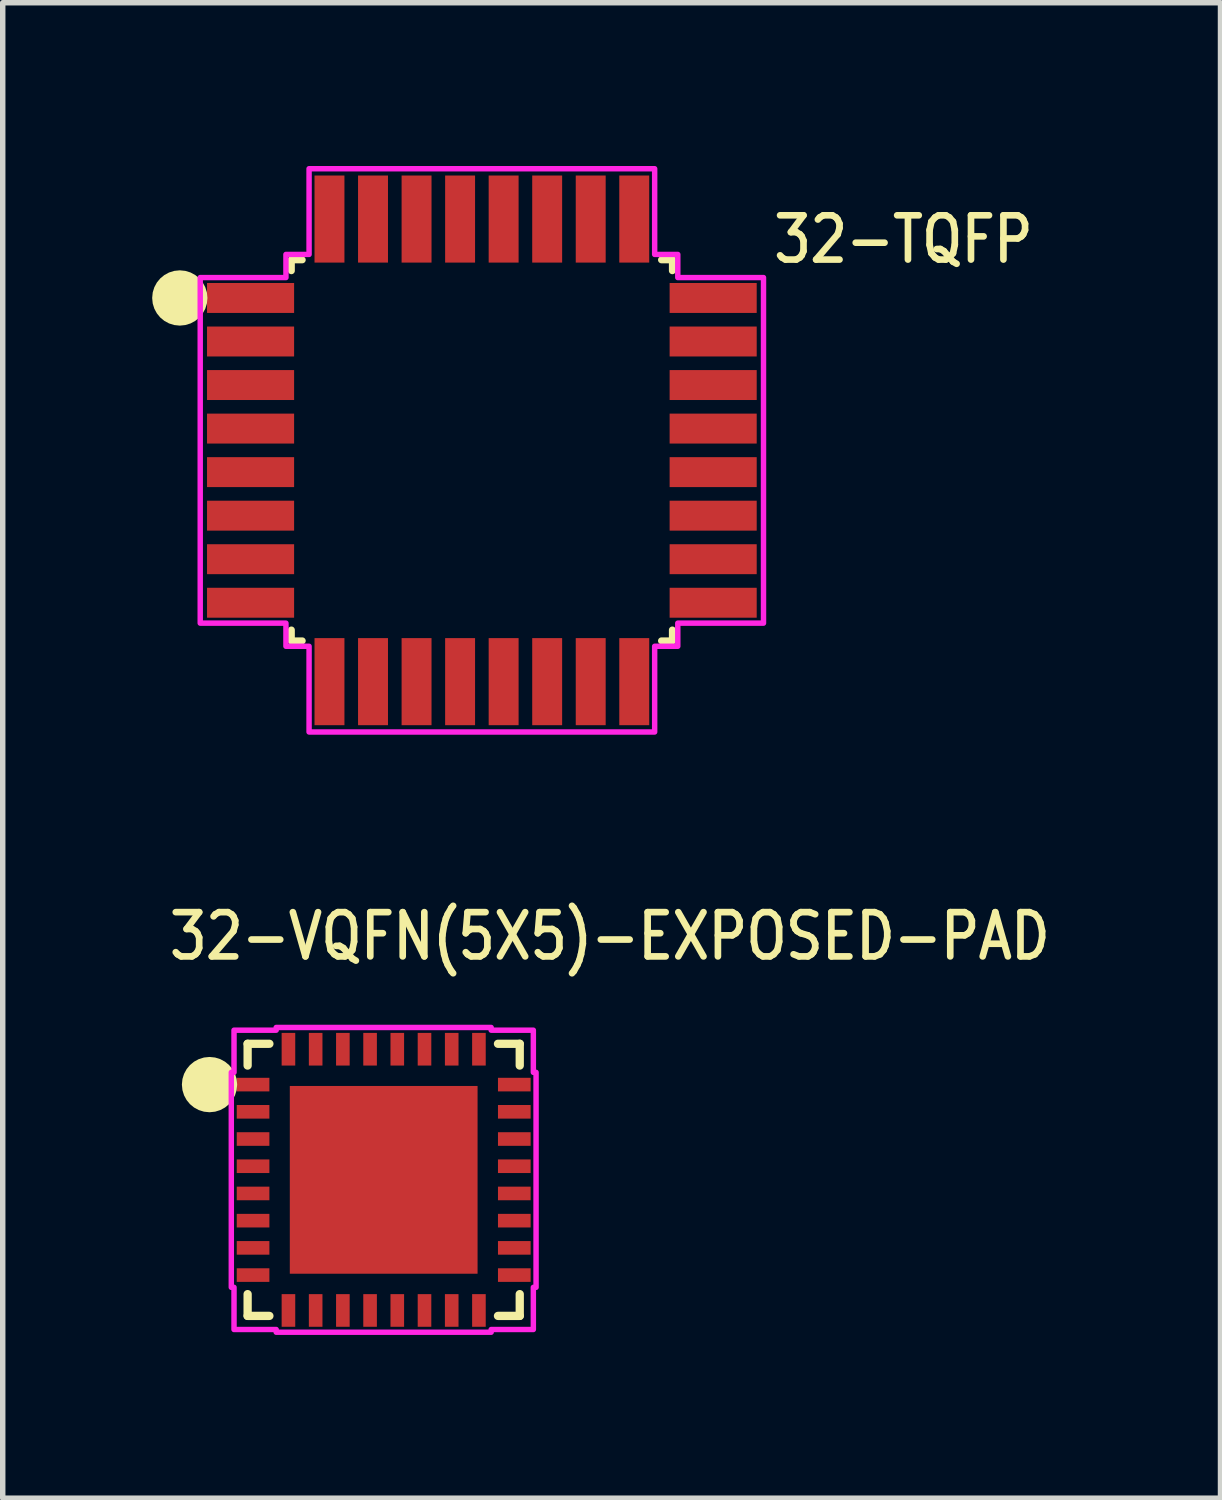
<source format=kicad_pcb>
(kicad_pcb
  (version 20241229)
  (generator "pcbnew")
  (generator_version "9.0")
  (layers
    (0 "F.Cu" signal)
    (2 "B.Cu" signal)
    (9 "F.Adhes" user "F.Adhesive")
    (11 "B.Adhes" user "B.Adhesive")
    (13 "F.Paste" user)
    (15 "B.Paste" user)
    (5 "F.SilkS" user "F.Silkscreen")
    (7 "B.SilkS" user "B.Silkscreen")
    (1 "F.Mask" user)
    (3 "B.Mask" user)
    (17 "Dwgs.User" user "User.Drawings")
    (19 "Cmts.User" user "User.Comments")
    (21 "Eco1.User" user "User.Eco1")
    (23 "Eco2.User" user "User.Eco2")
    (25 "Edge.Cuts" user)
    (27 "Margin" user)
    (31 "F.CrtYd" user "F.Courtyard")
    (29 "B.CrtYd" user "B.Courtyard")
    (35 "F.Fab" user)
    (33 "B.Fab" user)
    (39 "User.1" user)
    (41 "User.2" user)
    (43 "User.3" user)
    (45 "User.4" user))
  (footprint "32-VQFN(5X5)-EXPOSED-PAD"
    (layer "F.Cu")
    (at 4 18.629)
    (property "Reference" "32-VQFN(5X5)-EXPOSED-PAD" (at -4 -4 0) (unlocked yes) (layer "F.SilkS") (effects (font (size 0.813 0.695) (thickness 0.122)) (justify left bottom)))
    (fp_line (start -2.5 -2.5) (end -2.1 -2.5) (stroke (width 0.152) (type solid)) (layer "F.SilkS"))
    (fp_line (start -2.5 -2.1) (end -2.5 -2.5) (stroke (width 0.152) (type solid)) (layer "F.SilkS"))
    (fp_line (start -2.5 2.5) (end -2.5 2.1) (stroke (width 0.152) (type solid)) (layer "F.SilkS"))
    (fp_line (start -2.1 2.5) (end -2.5 2.5) (stroke (width 0.152) (type solid)) (layer "F.SilkS"))
    (fp_line (start 2.1 -2.5) (end 2.5 -2.5) (stroke (width 0.152) (type solid)) (layer "F.SilkS"))
    (fp_line (start 2.5 -2.5) (end 2.5 -2.1) (stroke (width 0.152) (type solid)) (layer "F.SilkS"))
    (fp_line (start 2.5 2.1) (end 2.5 2.5) (stroke (width 0.152) (type solid)) (layer "F.SilkS"))
    (fp_line (start 2.5 2.5) (end 2.1 2.5) (stroke (width 0.152) (type solid)) (layer "F.SilkS"))
    (fp_circle (center -3.2 -1.75) (end -3.2 -1.75) (stroke (width 0.508) (type solid)) (fill no) (layer "F.SilkS"))
    (fp_poly (pts (xy -2.8 -1.975) (xy -2.75 -1.975) (xy -2.75 -2.75) (xy -1.975 -2.75) (xy -1.975 -2.8) (xy 1.975 -2.8) (xy 1.975 -2.75) (xy 2.75 -2.75) (xy 2.75 -1.975) (xy 2.8 -1.975) (xy 2.8 1.975) (xy 2.75 1.975) (xy 2.75 2.75) (xy 1.975 2.75) (xy 1.975 2.8) (xy -1.975 2.8) (xy -1.975 2.75) (xy -2.75 2.75) (xy -2.75 1.975) (xy -2.8 1.975)) (stroke (width 0.1) (type solid)) (fill no) (layer "F.CrtYd"))
    (pad "1" smd rect (at -2.4 -1.75) (size 0.6 0.25) (layers "F.Cu" "F.Mask" "F.Paste"))
    (pad "2" smd rect (at -2.4 -1.25) (size 0.6 0.25) (layers "F.Cu" "F.Mask" "F.Paste"))
    (pad "3" smd rect (at -2.4 -0.75) (size 0.6 0.25) (layers "F.Cu" "F.Mask" "F.Paste"))
    (pad "4" smd rect (at -2.4 -0.25) (size 0.6 0.25) (layers "F.Cu" "F.Mask" "F.Paste"))
    (pad "5" smd rect (at -2.4 0.25) (size 0.6 0.25) (layers "F.Cu" "F.Mask" "F.Paste"))
    (pad "6" smd rect (at -2.4 0.75) (size 0.6 0.25) (layers "F.Cu" "F.Mask" "F.Paste"))
    (pad "7" smd rect (at -2.4 1.25) (size 0.6 0.25) (layers "F.Cu" "F.Mask" "F.Paste"))
    (pad "8" smd rect (at -2.4 1.75) (size 0.6 0.25) (layers "F.Cu" "F.Mask" "F.Paste"))
    (pad "9" smd rect (at -1.75 2.4 90) (size 0.6 0.25) (layers "F.Cu" "F.Mask" "F.Paste"))
    (pad "10" smd rect (at -1.25 2.4 90) (size 0.6 0.25) (layers "F.Cu" "F.Mask" "F.Paste"))
    (pad "11" smd rect (at -0.75 2.4 90) (size 0.6 0.25) (layers "F.Cu" "F.Mask" "F.Paste"))
    (pad "12" smd rect (at -0.25 2.4 90) (size 0.6 0.25) (layers "F.Cu" "F.Mask" "F.Paste"))
    (pad "13" smd rect (at 0.25 2.4 90) (size 0.6 0.25) (layers "F.Cu" "F.Mask" "F.Paste"))
    (pad "14" smd rect (at 0.75 2.4 90) (size 0.6 0.25) (layers "F.Cu" "F.Mask" "F.Paste"))
    (pad "15" smd rect (at 1.25 2.4 90) (size 0.6 0.25) (layers "F.Cu" "F.Mask" "F.Paste"))
    (pad "16" smd rect (at 1.75 2.4 90) (size 0.6 0.25) (layers "F.Cu" "F.Mask" "F.Paste"))
    (pad "17" smd rect (at 2.4 1.75 180) (size 0.6 0.25) (layers "F.Cu" "F.Mask" "F.Paste"))
    (pad "18" smd rect (at 2.4 1.25 180) (size 0.6 0.25) (layers "F.Cu" "F.Mask" "F.Paste"))
    (pad "19" smd rect (at 2.4 0.75 180) (size 0.6 0.25) (layers "F.Cu" "F.Mask" "F.Paste"))
    (pad "20" smd rect (at 2.4 0.25 180) (size 0.6 0.25) (layers "F.Cu" "F.Mask" "F.Paste"))
    (pad "21" smd rect (at 2.4 -0.25 180) (size 0.6 0.25) (layers "F.Cu" "F.Mask" "F.Paste"))
    (pad "22" smd rect (at 2.4 -0.75 180) (size 0.6 0.25) (layers "F.Cu" "F.Mask" "F.Paste"))
    (pad "23" smd rect (at 2.4 -1.25 180) (size 0.6 0.25) (layers "F.Cu" "F.Mask" "F.Paste"))
    (pad "24" smd rect (at 2.4 -1.75 180) (size 0.6 0.25) (layers "F.Cu" "F.Mask" "F.Paste"))
    (pad "25" smd rect (at 1.75 -2.4 270) (size 0.6 0.25) (layers "F.Cu" "F.Mask" "F.Paste"))
    (pad "26" smd rect (at 1.25 -2.4 270) (size 0.6 0.25) (layers "F.Cu" "F.Mask" "F.Paste"))
    (pad "27" smd rect (at 0.75 -2.4 270) (size 0.6 0.25) (layers "F.Cu" "F.Mask" "F.Paste"))
    (pad "28" smd rect (at 0.25 -2.4 270) (size 0.6 0.25) (layers "F.Cu" "F.Mask" "F.Paste"))
    (pad "29" smd rect (at -0.25 -2.4 270) (size 0.6 0.25) (layers "F.Cu" "F.Mask" "F.Paste"))
    (pad "30" smd rect (at -0.75 -2.4 270) (size 0.6 0.25) (layers "F.Cu" "F.Mask" "F.Paste"))
    (pad "31" smd rect (at -1.25 -2.4 270) (size 0.6 0.25) (layers "F.Cu" "F.Mask" "F.Paste"))
    (pad "32" smd rect (at -1.75 -2.4 270) (size 0.6 0.25) (layers "F.Cu" "F.Mask" "F.Paste"))
    (pad "33" smd rect (at 0 0) (size 3.45 3.45) (layers "F.Cu" "F.Mask" "F.Paste")))
  (footprint "32-TQFP"
    (layer "F.Cu")
    (at 5.804 5.225)
    (property "Reference" "32-TQFP" (at 5.3 -3.4 0) (unlocked yes) (layer "F.SilkS") (effects (font (size 0.813 0.695) (thickness 0.122)) (justify left bottom)))
    (fp_line (start -3.5 -3.5) (end -3.3 -3.5) (stroke (width 0.127) (type solid)) (layer "F.SilkS"))
    (fp_line (start -3.5 -3.3) (end -3.5 -3.5) (stroke (width 0.127) (type solid)) (layer "F.SilkS"))
    (fp_line (start -3.5 3.5) (end -3.5 3.3) (stroke (width 0.127) (type solid)) (layer "F.SilkS"))
    (fp_line (start -3.5 3.5) (end -3.3 3.5) (stroke (width 0.127) (type solid)) (layer "F.SilkS"))
    (fp_line (start 3.5 -3.5) (end 3.3 -3.5) (stroke (width 0.127) (type solid)) (layer "F.SilkS"))
    (fp_line (start 3.5 -3.5) (end 3.5 -3.3) (stroke (width 0.127) (type solid)) (layer "F.SilkS"))
    (fp_line (start 3.5 3.5) (end 3.3 3.5) (stroke (width 0.127) (type solid)) (layer "F.SilkS"))
    (fp_line (start 3.5 3.5) (end 3.5 3.3) (stroke (width 0.127) (type solid)) (layer "F.SilkS"))
    (fp_circle (center -5.55 -2.8) (end -5.55 -2.8) (stroke (width 0.508) (type solid)) (fill no) (layer "F.SilkS"))
    (fp_poly (pts (xy -5.175 -3.175) (xy -3.6 -3.175) (xy -3.6 -3.6) (xy -3.175 -3.6) (xy -3.175 -5.175) (xy 3.175 -5.175) (xy 3.175 -3.6) (xy 3.6 -3.6) (xy 3.6 -3.175) (xy 5.175 -3.175) (xy 5.175 3.175) (xy 3.6 3.175) (xy 3.6 3.6) (xy 3.175 3.6) (xy 3.175 5.175) (xy -3.175 5.175) (xy -3.175 3.6) (xy -3.6 3.6) (xy -3.6 3.175) (xy -5.175 3.175)) (stroke (width 0.1) (type solid)) (fill no) (layer "F.CrtYd"))
    (pad "1" smd rect (at -4.25 -2.8) (size 1.6 0.55) (layers "F.Cu" "F.Mask" "F.Paste"))
    (pad "2" smd rect (at -4.25 -2) (size 1.6 0.55) (layers "F.Cu" "F.Mask" "F.Paste"))
    (pad "3" smd rect (at -4.25 -1.2) (size 1.6 0.55) (layers "F.Cu" "F.Mask" "F.Paste"))
    (pad "4" smd rect (at -4.25 -0.4) (size 1.6 0.55) (layers "F.Cu" "F.Mask" "F.Paste"))
    (pad "5" smd rect (at -4.25 0.4) (size 1.6 0.55) (layers "F.Cu" "F.Mask" "F.Paste"))
    (pad "6" smd rect (at -4.25 1.2) (size 1.6 0.55) (layers "F.Cu" "F.Mask" "F.Paste"))
    (pad "7" smd rect (at -4.25 2) (size 1.6 0.55) (layers "F.Cu" "F.Mask" "F.Paste"))
    (pad "8" smd rect (at -4.25 2.8) (size 1.6 0.55) (layers "F.Cu" "F.Mask" "F.Paste"))
    (pad "9" smd rect (at -2.8 4.25) (size 0.55 1.6) (layers "F.Cu" "F.Mask" "F.Paste"))
    (pad "10" smd rect (at -2 4.25) (size 0.55 1.6) (layers "F.Cu" "F.Mask" "F.Paste"))
    (pad "11" smd rect (at -1.2 4.25) (size 0.55 1.6) (layers "F.Cu" "F.Mask" "F.Paste"))
    (pad "12" smd rect (at -0.4 4.25) (size 0.55 1.6) (layers "F.Cu" "F.Mask" "F.Paste"))
    (pad "13" smd rect (at 0.4 4.25) (size 0.55 1.6) (layers "F.Cu" "F.Mask" "F.Paste"))
    (pad "14" smd rect (at 1.2 4.25) (size 0.55 1.6) (layers "F.Cu" "F.Mask" "F.Paste"))
    (pad "15" smd rect (at 2 4.25) (size 0.55 1.6) (layers "F.Cu" "F.Mask" "F.Paste"))
    (pad "16" smd rect (at 2.8 4.25) (size 0.55 1.6) (layers "F.Cu" "F.Mask" "F.Paste"))
    (pad "17" smd rect (at 4.25 2.8) (size 1.6 0.55) (layers "F.Cu" "F.Mask" "F.Paste"))
    (pad "18" smd rect (at 4.25 2) (size 1.6 0.55) (layers "F.Cu" "F.Mask" "F.Paste"))
    (pad "19" smd rect (at 4.25 1.2) (size 1.6 0.55) (layers "F.Cu" "F.Mask" "F.Paste"))
    (pad "20" smd rect (at 4.25 0.4) (size 1.6 0.55) (layers "F.Cu" "F.Mask" "F.Paste"))
    (pad "21" smd rect (at 4.25 -0.4) (size 1.6 0.55) (layers "F.Cu" "F.Mask" "F.Paste"))
    (pad "22" smd rect (at 4.25 -1.2) (size 1.6 0.55) (layers "F.Cu" "F.Mask" "F.Paste"))
    (pad "23" smd rect (at 4.25 -2) (size 1.6 0.55) (layers "F.Cu" "F.Mask" "F.Paste"))
    (pad "24" smd rect (at 4.25 -2.8) (size 1.6 0.55) (layers "F.Cu" "F.Mask" "F.Paste"))
    (pad "25" smd rect (at 2.8 -4.25) (size 0.55 1.6) (layers "F.Cu" "F.Mask" "F.Paste"))
    (pad "26" smd rect (at 2 -4.25) (size 0.55 1.6) (layers "F.Cu" "F.Mask" "F.Paste"))
    (pad "27" smd rect (at 1.2 -4.25) (size 0.55 1.6) (layers "F.Cu" "F.Mask" "F.Paste"))
    (pad "28" smd rect (at 0.4 -4.25) (size 0.55 1.6) (layers "F.Cu" "F.Mask" "F.Paste"))
    (pad "29" smd rect (at -0.4 -4.25) (size 0.55 1.6) (layers "F.Cu" "F.Mask" "F.Paste"))
    (pad "30" smd rect (at -1.2 -4.25) (size 0.55 1.6) (layers "F.Cu" "F.Mask" "F.Paste"))
    (pad "31" smd rect (at -2 -4.25) (size 0.55 1.6) (layers "F.Cu" "F.Mask" "F.Paste"))
    (pad "32" smd rect (at -2.8 -4.25) (size 0.55 1.6) (layers "F.Cu" "F.Mask" "F.Paste")))
  (gr_rect
    (start -3 -3)
    (end 19.376 24.479)
    (stroke (width 0.1) (type default))
    (fill no)
    (layer "Edge.Cuts")))
</source>
